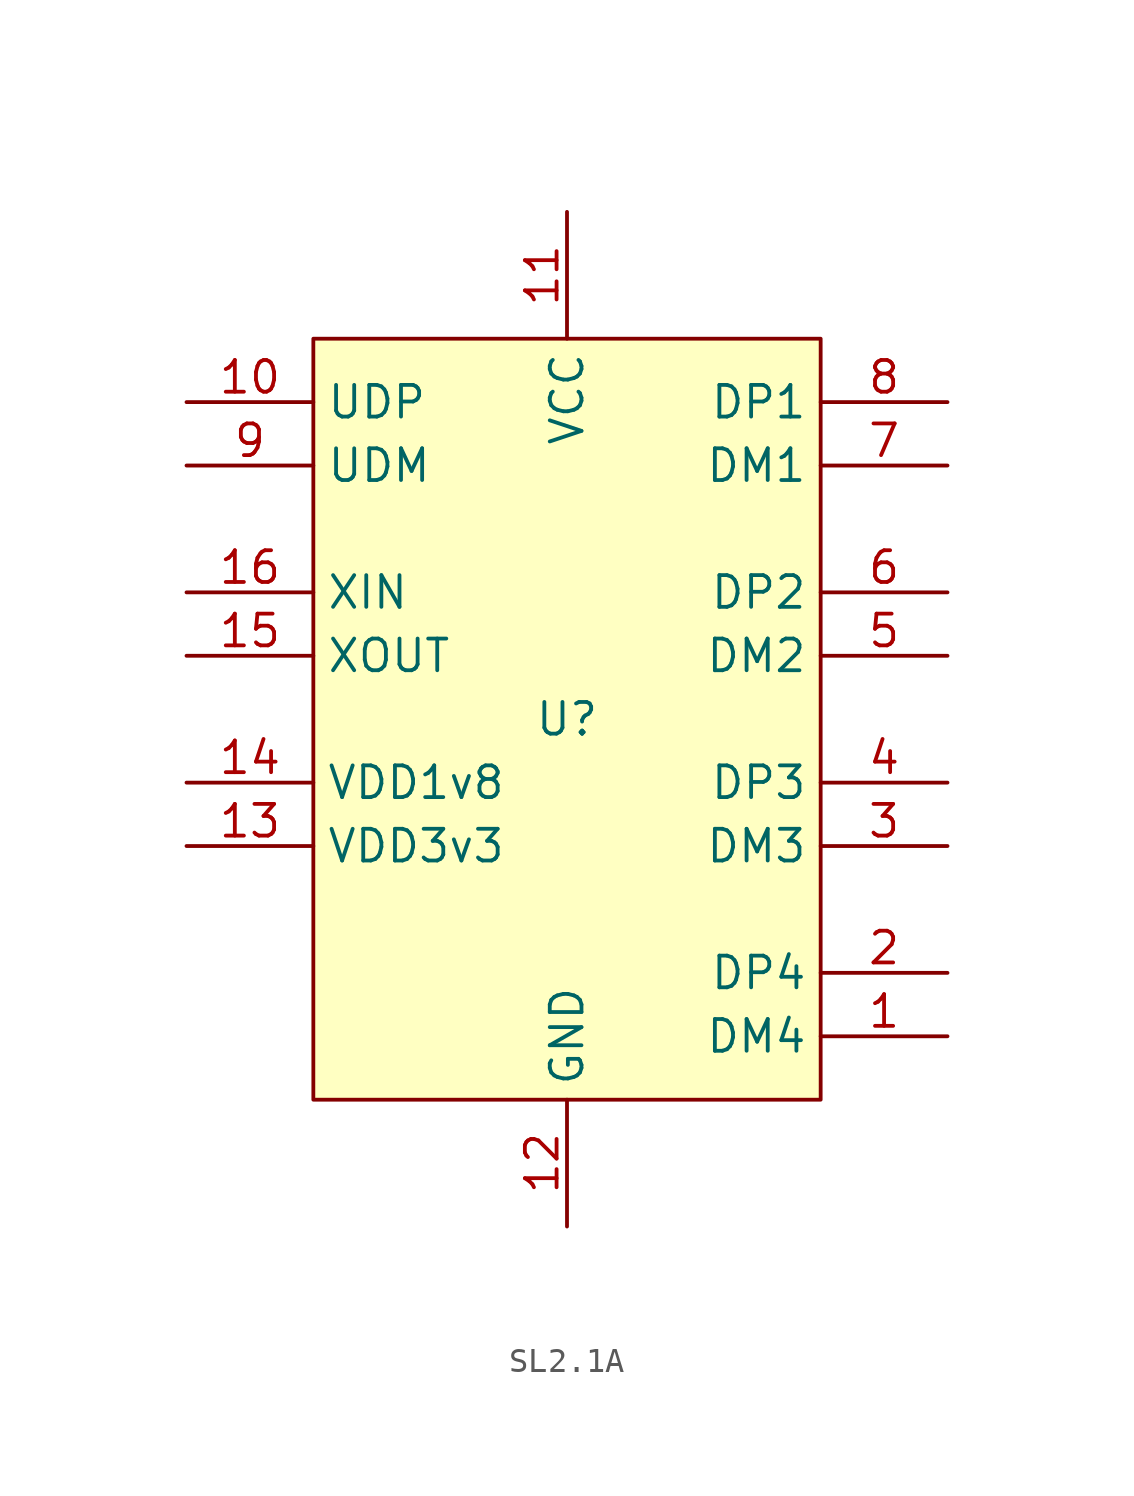
<source format=kicad_sym>
(kicad_symbol_lib
  (version 20220914)
  (generator kicad_symbol_editor)
  (symbol "SL2.1A"
    (property "Reference" "U"
      (at 0 -15.24 0)
      (effects (font (size 1.27 1.27))))
    (property "Value" ""
      (at 0 0 0)
      (effects (font (size 1.27 1.27))))
    (symbol "SL2.1A_0_1"
      (polyline (pts (xy -10.16 0) (xy 10.16 0) (xy 10.16 -30.48) (xy -10.16 -30.48) (xy -10.16 0)) (stroke (width 0.152) (type default)) (fill (type background))))
    (symbol "SL2.1A_1_0"
      (pin passive line (at 15.24 -27.94 180) (length 5.08) (name "DM4" (effects (font (size 1.27 1.27)))) (number "1" (effects (font (size 1.27 1.27)))))
      (pin passive line (at -15.24 -2.54 0) (length 5.08) (name "UDP" (effects (font (size 1.27 1.27)))) (number "10" (effects (font (size 1.27 1.27)))))
      (pin passive line (at 0 5.08 270) (length 5.08) (name "VCC" (effects (font (size 1.27 1.27)))) (number "11" (effects (font (size 1.27 1.27)))))
      (pin passive line (at 0 -35.56 90) (length 5.08) (name "GND" (effects (font (size 1.27 1.27)))) (number "12" (effects (font (size 1.27 1.27)))))
      (pin passive line (at -15.24 -20.32 0) (length 5.08) (name "VDD3v3" (effects (font (size 1.27 1.27)))) (number "13" (effects (font (size 1.27 1.27)))))
      (pin passive line (at -15.24 -17.78 0) (length 5.08) (name "VDD1v8" (effects (font (size 1.27 1.27)))) (number "14" (effects (font (size 1.27 1.27)))))
      (pin passive line (at -15.24 -12.7 0) (length 5.08) (name "XOUT" (effects (font (size 1.27 1.27)))) (number "15" (effects (font (size 1.27 1.27)))))
      (pin passive line (at -15.24 -10.16 0) (length 5.08) (name "XIN" (effects (font (size 1.27 1.27)))) (number "16" (effects (font (size 1.27 1.27)))))
      (pin passive line (at 15.24 -25.4 180) (length 5.08) (name "DP4" (effects (font (size 1.27 1.27)))) (number "2" (effects (font (size 1.27 1.27)))))
      (pin passive line (at 15.24 -20.32 180) (length 5.08) (name "DM3" (effects (font (size 1.27 1.27)))) (number "3" (effects (font (size 1.27 1.27)))))
      (pin passive line (at 15.24 -17.78 180) (length 5.08) (name "DP3" (effects (font (size 1.27 1.27)))) (number "4" (effects (font (size 1.27 1.27)))))
      (pin passive line (at 15.24 -12.7 180) (length 5.08) (name "DM2" (effects (font (size 1.27 1.27)))) (number "5" (effects (font (size 1.27 1.27)))))
      (pin passive line (at 15.24 -10.16 180) (length 5.08) (name "DP2" (effects (font (size 1.27 1.27)))) (number "6" (effects (font (size 1.27 1.27)))))
      (pin passive line (at 15.24 -5.08 180) (length 5.08) (name "DM1" (effects (font (size 1.27 1.27)))) (number "7" (effects (font (size 1.27 1.27)))))
      (pin passive line (at 15.24 -2.54 180) (length 5.08) (name "DP1" (effects (font (size 1.27 1.27)))) (number "8" (effects (font (size 1.27 1.27)))))
      (pin passive line (at -15.24 -5.08 0) (length 5.08) (name "UDM" (effects (font (size 1.27 1.27)))) (number "9" (effects (font (size 1.27 1.27))))))))
</source>
